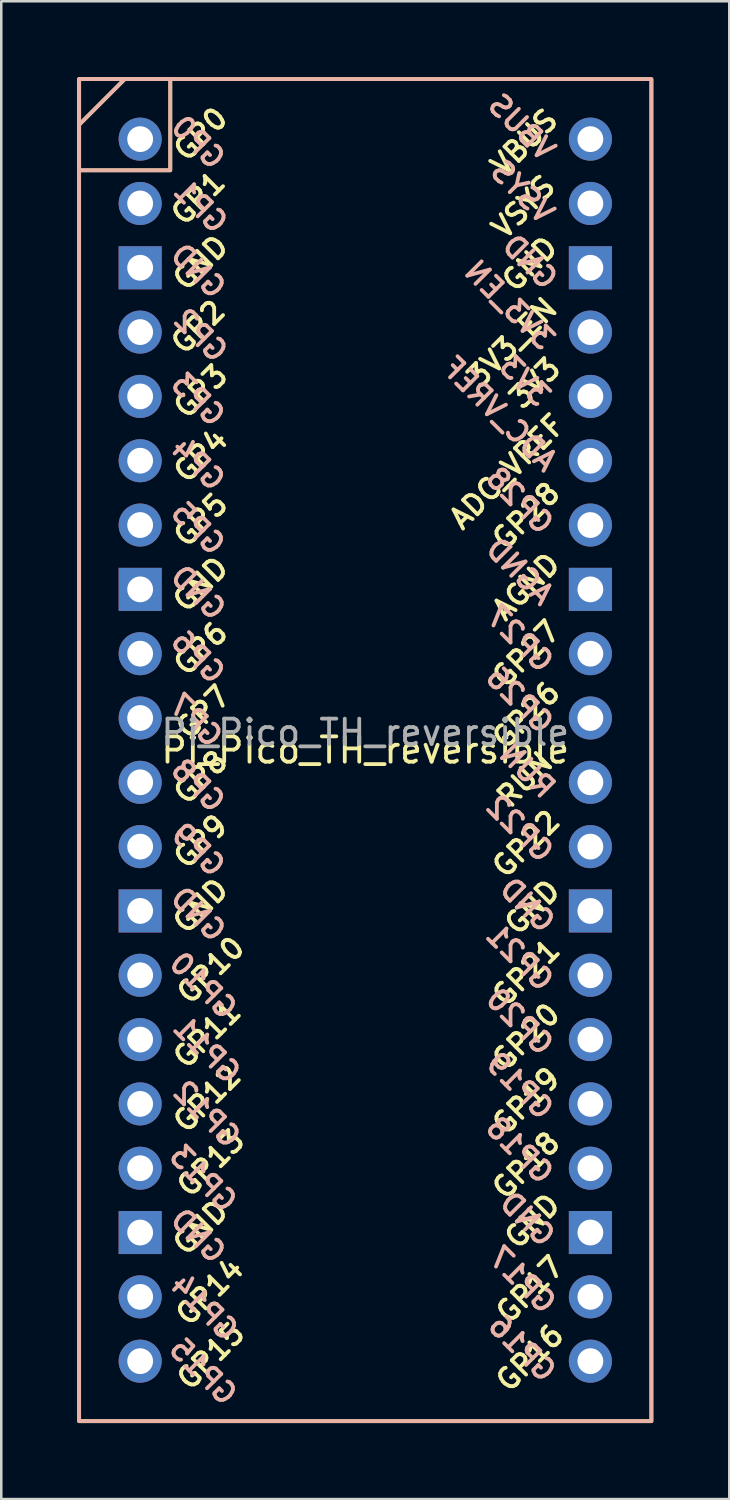
<source format=kicad_pcb>
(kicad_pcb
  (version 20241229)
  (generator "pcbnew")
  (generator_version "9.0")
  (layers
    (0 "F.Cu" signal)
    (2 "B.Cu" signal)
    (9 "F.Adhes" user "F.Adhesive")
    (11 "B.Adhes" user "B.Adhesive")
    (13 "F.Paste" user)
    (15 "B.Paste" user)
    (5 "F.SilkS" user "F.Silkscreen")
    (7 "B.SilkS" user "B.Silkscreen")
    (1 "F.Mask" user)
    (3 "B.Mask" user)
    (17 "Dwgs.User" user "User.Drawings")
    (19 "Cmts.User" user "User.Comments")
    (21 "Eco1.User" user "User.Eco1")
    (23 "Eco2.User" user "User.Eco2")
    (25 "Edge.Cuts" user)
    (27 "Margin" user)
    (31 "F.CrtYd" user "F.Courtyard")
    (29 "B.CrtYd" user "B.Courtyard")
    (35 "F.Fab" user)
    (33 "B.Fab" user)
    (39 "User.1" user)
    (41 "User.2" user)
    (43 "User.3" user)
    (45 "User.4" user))
  (footprint "Pi_Pico_TH_reversible"
    (layer "F.Cu")
    (at 11.375 26.575)
    (property "Reference" "Pi_Pico_TH_reversible" (at 0 0 0) (layer "F.SilkS") (effects (font (size 1 1) (thickness 0.15))))
    (attr through_hole)
    (fp_line (start -9.5 -26.5) (end -11.3 -24.7) (stroke (width 0.15) (type default)) (layer "F.SilkS"))
    (fp_rect (start -11.3 -26.5) (end -7.7 -22.9) (stroke (width 0.15) (type default)) (fill no) (layer "F.SilkS"))
    (fp_rect (start -11.3 -26.5) (end 11.3 26.5) (stroke (width 0.15) (type default)) (fill no) (layer "F.SilkS"))
    (fp_line (start -9.5 -26.5) (end -11.3 -24.7) (stroke (width 0.15) (type default)) (layer "B.SilkS"))
    (fp_rect (start -11.3 -26.5) (end -7.7 -22.9) (stroke (width 0.15) (type default)) (fill no) (layer "B.SilkS"))
    (fp_rect (start 11.3 -26.5) (end -11.3 26.5) (stroke (width 0.15) (type default)) (fill no) (layer "B.SilkS"))
    (fp_text user "GP4" (at -6.5 -11.63 45) (layer "F.SilkS") (effects (font (size 0.8 0.8) (thickness 0.15))))
    (fp_text user "GP13" (at -6.1 16.31 45) (layer "F.SilkS") (effects (font (size 0.8 0.8) (thickness 0.15))))
    (fp_text user "AGND" (at 6.354 -6.46 45) (layer "F.SilkS") (effects (font (size 0.8 0.8) (thickness 0.15))))
    (fp_text user "GP15" (at -6.1 23.93 45) (layer "F.SilkS") (effects (font (size 0.8 0.8) (thickness 0.15))))
    (fp_text user "GP17" (at 6.5 21.3 45) (layer "F.SilkS") (effects (font (size 0.8 0.8) (thickness 0.15))))
    (fp_text user "GP11" (at -6.246 11.23 45) (layer "F.SilkS") (effects (font (size 0.8 0.8) (thickness 0.15))))
    (fp_text user "3V3" (at 6.7 -14.5 45) (layer "F.SilkS") (effects (font (size 0.8 0.8) (thickness 0.15))))
    (fp_text user "GND" (at -6.5 18.85 45) (layer "F.SilkS") (effects (font (size 0.8 0.8) (thickness 0.15))))
    (fp_text user "GP22" (at 6.354 3.7 45) (layer "F.SilkS") (effects (font (size 0.8 0.8) (thickness 0.15))))
    (fp_text user "GP8" (at -6.5 1.07 45) (layer "F.SilkS") (effects (font (size 0.8 0.8) (thickness 0.15))))
    (fp_text user "GP27" (at 6.354 -3.8 45) (layer "F.SilkS") (effects (font (size 0.8 0.8) (thickness 0.15))))
    (fp_text user "GP3" (at -6.5 -14.17 45) (layer "F.SilkS") (effects (font (size 0.8 0.8) (thickness 0.15))))
    (fp_text user "GP18" (at 6.354 16.4 45) (layer "F.SilkS") (effects (font (size 0.8 0.8) (thickness 0.15))))
    (fp_text user "GP7" (at -6.4 -1.5 45) (layer "F.SilkS") (effects (font (size 0.8 0.8) (thickness 0.15))))
    (fp_text user "GP21" (at 6.354 8.79 45) (layer "F.SilkS") (effects (font (size 0.8 0.8) (thickness 0.15))))
    (fp_text user "GP9" (at -6.5 3.61 45) (layer "F.SilkS") (effects (font (size 0.8 0.8) (thickness 0.15))))
    (fp_text user "GP14" (at -6.146 21.39 45) (layer "F.SilkS") (effects (font (size 0.8 0.8) (thickness 0.15))))
    (fp_text user "GP12" (at -6.246 13.77 45) (layer "F.SilkS") (effects (font (size 0.8 0.8) (thickness 0.15))))
    (fp_text user "GP2" (at -6.6 -16.71 45) (layer "F.SilkS") (effects (font (size 0.8 0.8) (thickness 0.15))))
    (fp_text user "GP28" (at 6.354 -9.254 45) (layer "F.SilkS") (effects (font (size 0.8 0.8) (thickness 0.15))))
    (fp_text user "GP16" (at 6.5 24 45) (layer "F.SilkS") (effects (font (size 0.8 0.8) (thickness 0.15))))
    (fp_text user "VSYS" (at 6.25 -21.45 45) (layer "F.SilkS") (effects (font (size 0.8 0.8) (thickness 0.15))))
    (fp_text user "GND" (at 6.6 18.6 45) (layer "F.SilkS") (effects (font (size 0.8 0.8) (thickness 0.15))))
    (fp_text user "GP26" (at 6.354 -1.38 45) (layer "F.SilkS") (effects (font (size 0.8 0.8) (thickness 0.15))))
    (fp_text user "3V3_EN" (at 5.8 -16.1 45) (layer "F.SilkS") (effects (font (size 0.8 0.8) (thickness 0.15))))
    (fp_text user "RUN" (at 6.3 1.16 45) (layer "F.SilkS") (effects (font (size 0.8 0.8) (thickness 0.15))))
    (fp_text user "GND" (at -6.5 6.15 45) (layer "F.SilkS") (effects (font (size 0.8 0.8) (thickness 0.15))))
    (fp_text user "GP0" (at -6.5 -24.33 45) (layer "F.SilkS") (effects (font (size 0.8 0.8) (thickness 0.15))))
    (fp_text user "GND" (at 6.5 -19.2 45) (layer "F.SilkS") (effects (font (size 0.8 0.8) (thickness 0.15))))
    (fp_text user "ADC_VREF" (at 5.6 -11 45) (layer "F.SilkS") (effects (font (size 0.8 0.8) (thickness 0.15))))
    (fp_text user "GND" (at -6.5 -6.55 45) (layer "F.SilkS") (effects (font (size 0.8 0.8) (thickness 0.15))))
    (fp_text user "GP19" (at 6.354 13.86 45) (layer "F.SilkS") (effects (font (size 0.8 0.8) (thickness 0.15))))
    (fp_text user "GND" (at 6.6 6.2 45) (layer "F.SilkS") (effects (font (size 0.8 0.8) (thickness 0.15))))
    (fp_text user "GP5" (at -6.5 -9.09 45) (layer "F.SilkS") (effects (font (size 0.8 0.8) (thickness 0.15))))
    (fp_text user "GP20" (at 6.354 11.32 45) (layer "F.SilkS") (effects (font (size 0.8 0.8) (thickness 0.15))))
    (fp_text user "GND" (at -6.5 -19.25 45) (layer "F.SilkS") (effects (font (size 0.8 0.8) (thickness 0.15))))
    (fp_text user "GP6" (at -6.5 -4.01 45) (layer "F.SilkS") (effects (font (size 0.8 0.8) (thickness 0.15))))
    (fp_text user "VBUS" (at 6.28 -24 45) (layer "F.SilkS") (effects (font (size 0.8 0.8) (thickness 0.15))))
    (fp_text user "GP1" (at -6.6 -21.8 45) (layer "F.SilkS") (effects (font (size 0.8 0.8) (thickness 0.15))))
    (fp_text user "GP10" (at -6.1 8.69 45) (layer "F.SilkS") (effects (font (size 0.8 0.8) (thickness 0.15))))
    (fp_text user "GND" (at -6.6 -6.22 315) (layer "B.SilkS") (effects (font (size 0.8 0.8) (thickness 0.15)) (justify mirror)))
    (fp_text user "GP27" (at 6.1 -4.4 315) (layer "B.SilkS") (effects (font (size 0.8 0.8) (thickness 0.15)) (justify mirror)))
    (fp_text user "GND" (at 6.4 18.52 315) (layer "B.SilkS") (effects (font (size 0.8 0.8) (thickness 0.15)) (justify mirror)))
    (fp_text user "GP20" (at 6.1 10.72 315) (layer "B.SilkS") (effects (font (size 0.8 0.8) (thickness 0.15)) (justify mirror)))
    (fp_text user "GP5" (at -6.6 -8.76 315) (layer "B.SilkS") (effects (font (size 0.8 0.8) (thickness 0.15)) (justify mirror)))
    (fp_text user "GP16" (at 6.2 23.62 315) (layer "B.SilkS") (effects (font (size 0.8 0.8) (thickness 0.15)) (justify mirror)))
    (fp_text user "GP6" (at -6.6 -3.68 315) (layer "B.SilkS") (effects (font (size 0.8 0.8) (thickness 0.15)) (justify mirror)))
    (fp_text user "GP15" (at -6.4 24.54 315) (layer "B.SilkS") (effects (font (size 0.8 0.8) (thickness 0.15)) (justify mirror)))
    (fp_text user "GP21" (at 6.1 8.19 315) (layer "B.SilkS") (effects (font (size 0.8 0.8) (thickness 0.15)) (justify mirror)))
    (fp_text user "GP14" (at -6.354 22 315) (layer "B.SilkS") (effects (font (size 0.8 0.8) (thickness 0.15)) (justify mirror)))
    (fp_text user "GP28" (at 6.1 -9.854 315) (layer "B.SilkS") (effects (font (size 0.8 0.8) (thickness 0.15)) (justify mirror)))
    (fp_text user "GND" (at 6.5 -19.28 315) (layer "B.SilkS") (effects (font (size 0.8 0.8) (thickness 0.15)) (justify mirror)))
    (fp_text user "GP13" (at -6.4 16.92 315) (layer "B.SilkS") (effects (font (size 0.8 0.8) (thickness 0.15)) (justify mirror)))
    (fp_text user "GP22" (at 6.1 3.1 315) (layer "B.SilkS") (effects (font (size 0.8 0.8) (thickness 0.15)) (justify mirror)))
    (fp_text user "VBUS" (at 6.174 -24.6 315) (layer "B.SilkS") (effects (font (size 0.8 0.8) (thickness 0.15)) (justify mirror)))
    (fp_text user "GND" (at -6.6 19.18 315) (layer "B.SilkS") (effects (font (size 0.8 0.8) (thickness 0.15)) (justify mirror)))
    (fp_text user "GP3" (at -6.6 -13.84 315) (layer "B.SilkS") (effects (font (size 0.8 0.8) (thickness 0.15)) (justify mirror)))
    (fp_text user "GND" (at 6.4 6.12 315) (layer "B.SilkS") (effects (font (size 0.8 0.8) (thickness 0.15)) (justify mirror)))
    (fp_text user "GP1" (at -6.5 -21.47 315) (layer "B.SilkS") (effects (font (size 0.8 0.8) (thickness 0.15)) (justify mirror)))
    (fp_text user "RUN" (at 6.4 0.8 315) (layer "B.SilkS") (effects (font (size 0.8 0.8) (thickness 0.15)) (justify mirror)))
    (fp_text user "ADC_VREF" (at 5.3 -13.28 315) (layer "B.SilkS") (effects (font (size 0.8 0.8) (thickness 0.15)) (justify mirror)))
    (fp_text user "GP10" (at -6.4 9.3 315) (layer "B.SilkS") (effects (font (size 0.8 0.8) (thickness 0.15)) (justify mirror)))
    (fp_text user "GP17" (at 6.2 20.92 315) (layer "B.SilkS") (effects (font (size 0.8 0.8) (thickness 0.15)) (justify mirror)))
    (fp_text user "GND" (at -6.6 -18.92 315) (layer "B.SilkS") (effects (font (size 0.8 0.8) (thickness 0.15)) (justify mirror)))
    (fp_text user "GP12" (at -6.254 14.38 315) (layer "B.SilkS") (effects (font (size 0.8 0.8) (thickness 0.15)) (justify mirror)))
    (fp_text user "GP2" (at -6.5 -16.38 315) (layer "B.SilkS") (effects (font (size 0.8 0.8) (thickness 0.15)) (justify mirror)))
    (fp_text user "GP18" (at 6.1 15.8 315) (layer "B.SilkS") (effects (font (size 0.8 0.8) (thickness 0.15)) (justify mirror)))
    (fp_text user "GP19" (at 6.1 13.26 315) (layer "B.SilkS") (effects (font (size 0.8 0.8) (thickness 0.15)) (justify mirror)))
    (fp_text user "GND" (at -6.6 6.48 315) (layer "B.SilkS") (effects (font (size 0.8 0.8) (thickness 0.15)) (justify mirror)))
    (fp_text user "GP4" (at -6.6 -11.3 315) (layer "B.SilkS") (effects (font (size 0.8 0.8) (thickness 0.15)) (justify mirror)))
    (fp_text user "AGND" (at 6.1 -7.06 315) (layer "B.SilkS") (effects (font (size 0.8 0.8) (thickness 0.15)) (justify mirror)))
    (fp_text user "3V3_EN" (at 5.7 -17.58 315) (layer "B.SilkS") (effects (font (size 0.8 0.8) (thickness 0.15)) (justify mirror)))
    (fp_text user "GP11" (at -6.254 11.84 315) (layer "B.SilkS") (effects (font (size 0.8 0.8) (thickness 0.15)) (justify mirror)))
    (fp_text user "3V3" (at 6.3 -14.58 315) (layer "B.SilkS") (effects (font (size 0.8 0.8) (thickness 0.15)) (justify mirror)))
    (fp_text user "GP7" (at -6.7 -1.17 315) (layer "B.SilkS") (effects (font (size 0.8 0.8) (thickness 0.15)) (justify mirror)))
    (fp_text user "GP8" (at -6.6 1.4 315) (layer "B.SilkS") (effects (font (size 0.8 0.8) (thickness 0.15)) (justify mirror)))
    (fp_text user "GP26" (at 6.1 -1.98 315) (layer "B.SilkS") (effects (font (size 0.8 0.8) (thickness 0.15)) (justify mirror)))
    (fp_text user "VSYS" (at 6.204 -22.05 315) (layer "B.SilkS") (effects (font (size 0.8 0.8) (thickness 0.15)) (justify mirror)))
    (fp_text user "GP9" (at -6.6 3.94 315) (layer "B.SilkS") (effects (font (size 0.8 0.8) (thickness 0.15)) (justify mirror)))
    (fp_text user "GP0" (at -6.6 -24 315) (layer "B.SilkS") (effects (font (size 0.8 0.8) (thickness 0.15)) (justify mirror)))
    (fp_text user "${REFERENCE}" (at 0 -0.7 180) (layer "F.Fab") (effects (font (size 1 1) (thickness 0.15))))
    (pad "1" thru_hole oval (at -8.89 -24.13) (size 1.7 1.7) (drill 1.02) (layers "*.Cu" "*.Mask"))
    (pad "2" thru_hole oval (at -8.89 -21.59) (size 1.7 1.7) (drill 1.02) (layers "*.Cu" "*.Mask"))
    (pad "3" thru_hole rect (at -8.89 -19.05) (size 1.7 1.7) (drill 1.02) (layers "*.Cu" "*.Mask"))
    (pad "4" thru_hole oval (at -8.89 -16.51) (size 1.7 1.7) (drill 1.02) (layers "*.Cu" "*.Mask"))
    (pad "5" thru_hole oval (at -8.89 -13.97) (size 1.7 1.7) (drill 1.02) (layers "*.Cu" "*.Mask"))
    (pad "6" thru_hole oval (at -8.89 -11.43) (size 1.7 1.7) (drill 1.02) (layers "*.Cu" "*.Mask"))
    (pad "7" thru_hole oval (at -8.89 -8.89) (size 1.7 1.7) (drill 1.02) (layers "*.Cu" "*.Mask"))
    (pad "8" thru_hole rect (at -8.89 -6.35) (size 1.7 1.7) (drill 1.02) (layers "*.Cu" "*.Mask"))
    (pad "9" thru_hole oval (at -8.89 -3.81) (size 1.7 1.7) (drill 1.02) (layers "*.Cu" "*.Mask"))
    (pad "10" thru_hole oval (at -8.89 -1.27) (size 1.7 1.7) (drill 1.02) (layers "*.Cu" "*.Mask"))
    (pad "11" thru_hole oval (at -8.89 1.27) (size 1.7 1.7) (drill 1.02) (layers "*.Cu" "*.Mask"))
    (pad "12" thru_hole oval (at -8.89 3.81) (size 1.7 1.7) (drill 1.02) (layers "*.Cu" "*.Mask"))
    (pad "13" thru_hole rect (at -8.89 6.35) (size 1.7 1.7) (drill 1.02) (layers "*.Cu" "*.Mask"))
    (pad "14" thru_hole oval (at -8.89 8.89) (size 1.7 1.7) (drill 1.02) (layers "*.Cu" "*.Mask"))
    (pad "15" thru_hole oval (at -8.89 11.43) (size 1.7 1.7) (drill 1.02) (layers "*.Cu" "*.Mask"))
    (pad "16" thru_hole oval (at -8.89 13.97) (size 1.7 1.7) (drill 1.02) (layers "*.Cu" "*.Mask"))
    (pad "17" thru_hole oval (at -8.89 16.51) (size 1.7 1.7) (drill 1.02) (layers "*.Cu" "*.Mask"))
    (pad "18" thru_hole rect (at -8.89 19.05) (size 1.7 1.7) (drill 1.02) (layers "*.Cu" "*.Mask"))
    (pad "19" thru_hole oval (at -8.89 21.59) (size 1.7 1.7) (drill 1.02) (layers "*.Cu" "*.Mask"))
    (pad "20" thru_hole oval (at -8.89 24.13) (size 1.7 1.7) (drill 1.02) (layers "*.Cu" "*.Mask"))
    (pad "21" thru_hole oval (at 8.89 24.13) (size 1.7 1.7) (drill 1.02) (layers "*.Cu" "*.Mask"))
    (pad "22" thru_hole oval (at 8.89 21.59) (size 1.7 1.7) (drill 1.02) (layers "*.Cu" "*.Mask"))
    (pad "23" thru_hole rect (at 8.89 19.05) (size 1.7 1.7) (drill 1.02) (layers "*.Cu" "*.Mask"))
    (pad "24" thru_hole oval (at 8.89 16.51) (size 1.7 1.7) (drill 1.02) (layers "*.Cu" "*.Mask"))
    (pad "25" thru_hole oval (at 8.89 13.97) (size 1.7 1.7) (drill 1.02) (layers "*.Cu" "*.Mask"))
    (pad "26" thru_hole oval (at 8.89 11.43) (size 1.7 1.7) (drill 1.02) (layers "*.Cu" "*.Mask"))
    (pad "27" thru_hole oval (at 8.89 8.89) (size 1.7 1.7) (drill 1.02) (layers "*.Cu" "*.Mask"))
    (pad "28" thru_hole rect (at 8.89 6.35) (size 1.7 1.7) (drill 1.02) (layers "*.Cu" "*.Mask"))
    (pad "29" thru_hole oval (at 8.89 3.81) (size 1.7 1.7) (drill 1.02) (layers "*.Cu" "*.Mask"))
    (pad "30" thru_hole oval (at 8.89 1.27) (size 1.7 1.7) (drill 1.02) (layers "*.Cu" "*.Mask"))
    (pad "31" thru_hole oval (at 8.89 -1.27) (size 1.7 1.7) (drill 1.02) (layers "*.Cu" "*.Mask"))
    (pad "32" thru_hole oval (at 8.89 -3.81) (size 1.7 1.7) (drill 1.02) (layers "*.Cu" "*.Mask"))
    (pad "33" thru_hole rect (at 8.89 -6.35) (size 1.7 1.7) (drill 1.02) (layers "*.Cu" "*.Mask"))
    (pad "34" thru_hole oval (at 8.89 -8.89) (size 1.7 1.7) (drill 1.02) (layers "*.Cu" "*.Mask"))
    (pad "35" thru_hole oval (at 8.89 -11.43) (size 1.7 1.7) (drill 1.02) (layers "*.Cu" "*.Mask"))
    (pad "36" thru_hole oval (at 8.89 -13.97) (size 1.7 1.7) (drill 1.02) (layers "*.Cu" "*.Mask"))
    (pad "37" thru_hole oval (at 8.89 -16.51) (size 1.7 1.7) (drill 1.02) (layers "*.Cu" "*.Mask"))
    (pad "38" thru_hole rect (at 8.89 -19.05) (size 1.7 1.7) (drill 1.02) (layers "*.Cu" "*.Mask"))
    (pad "39" thru_hole oval (at 8.89 -21.59) (size 1.7 1.7) (drill 1.02) (layers "*.Cu" "*.Mask"))
    (pad "40" thru_hole oval (at 8.89 -24.13) (size 1.7 1.7) (drill 1.02) (layers "*.Cu" "*.Mask")))
  (gr_rect
    (start -3 -3)
    (end 25.75 56.15)
    (stroke (width 0.1) (type default))
    (fill no)
    (layer "Edge.Cuts")))
</source>
